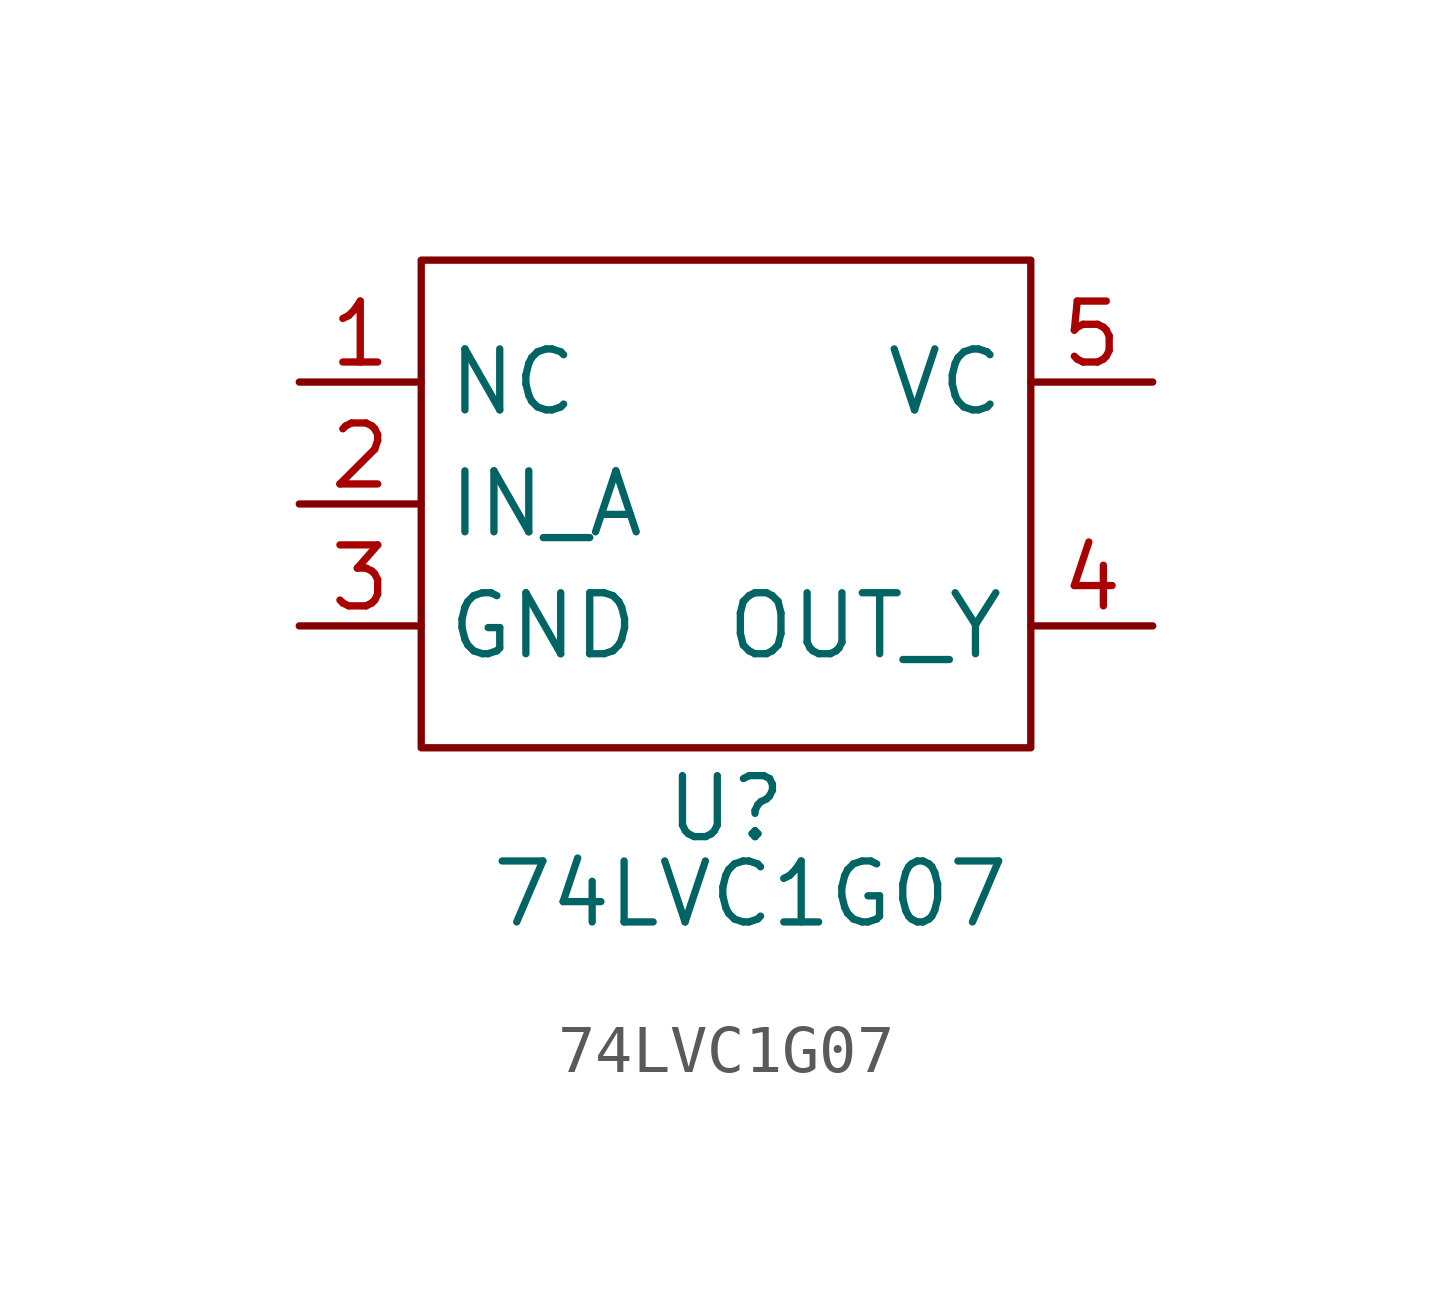
<source format=kicad_sym>
(kicad_symbol_lib
  (version 20231120)
  (generator "kicad_symbol_editor")
  (generator_version "8.0")
  (symbol "74LVC1G07"
    (property "Reference" "U"
      (at 0 -6.35 0)
      (effects (font (size 1.27 1.27))))
    (property "Value" "74LVC1G07"
      (at 0.508 -8.128 0)
      (effects (font (size 1.27 1.27))))
    (symbol "74LVC1G07_0_1"
      (rectangle (start -6.35 5.08) (end 6.35 -5.08) (stroke (width 0) (type default)) (fill (type none))))
    (symbol "74LVC1G07_1_1"
      (pin input line (at -8.89 2.54 0) (length 2.54) (name "NC" (effects (font (size 1.27 1.27)))) (number "1" (effects (font (size 1.27 1.27)))))
      (pin input line (at -8.89 0 0) (length 2.54) (name "IN_A" (effects (font (size 1.27 1.27)))) (number "2" (effects (font (size 1.27 1.27)))))
      (pin input line (at -8.89 -2.54 0) (length 2.54) (name "GND" (effects (font (size 1.27 1.27)))) (number "3" (effects (font (size 1.27 1.27)))))
      (pin input line (at 8.89 -2.54 180) (length 2.54) (name "OUT_Y" (effects (font (size 1.27 1.27)))) (number "4" (effects (font (size 1.27 1.27)))))
      (pin input line (at 8.89 2.54 180) (length 2.54) (name "VC" (effects (font (size 1.27 1.27)))) (number "5" (effects (font (size 1.27 1.27))))))))
</source>
